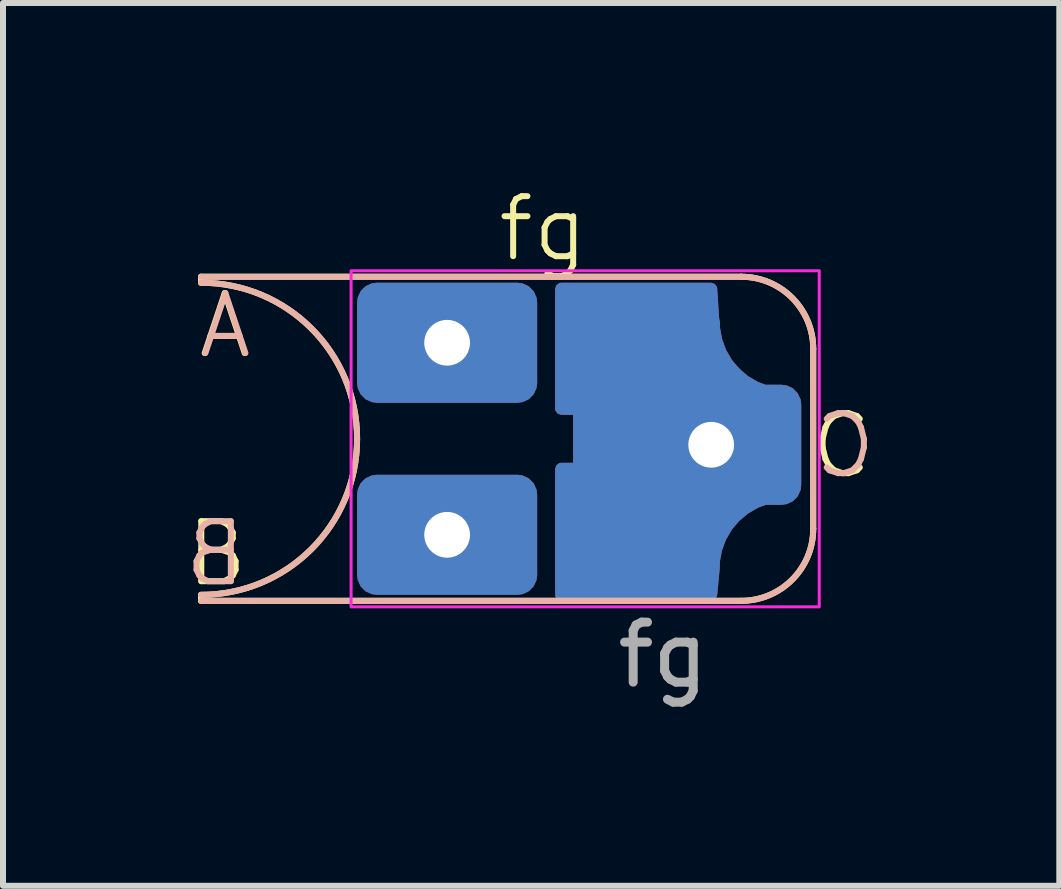
<source format=kicad_pcb>
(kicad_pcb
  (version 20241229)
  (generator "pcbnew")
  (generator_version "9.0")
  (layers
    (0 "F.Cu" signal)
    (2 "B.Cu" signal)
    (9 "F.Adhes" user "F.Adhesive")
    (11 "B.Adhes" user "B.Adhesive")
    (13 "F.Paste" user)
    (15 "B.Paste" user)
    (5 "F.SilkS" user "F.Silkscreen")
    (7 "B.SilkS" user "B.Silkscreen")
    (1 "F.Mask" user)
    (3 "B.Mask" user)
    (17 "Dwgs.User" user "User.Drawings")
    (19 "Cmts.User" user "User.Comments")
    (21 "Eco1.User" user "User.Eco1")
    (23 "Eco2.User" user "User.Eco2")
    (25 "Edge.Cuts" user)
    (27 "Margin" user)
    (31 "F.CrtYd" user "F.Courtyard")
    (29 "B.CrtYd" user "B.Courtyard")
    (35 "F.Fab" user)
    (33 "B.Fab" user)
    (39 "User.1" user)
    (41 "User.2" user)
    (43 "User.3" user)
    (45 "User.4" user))
  (footprint "fg"
    (layer "F.Cu")
    (at 6 4.261)
    (property "Reference" "fg" (at 0 -3.5 0) (unlocked yes) (layer "F.SilkS") (effects (font (size 1 1) (thickness 0.1))))
    (attr through_hole)
    (fp_line (start -5.7 -2.6) (end -5.7 -2.7) (stroke (width 0.1) (type default)) (layer "F.SilkS"))
    (fp_line (start -5.7 2.6) (end -5.7 2.7) (stroke (width 0.1) (type default)) (layer "F.SilkS"))
    (fp_line (start 3.3 -2.7) (end -5.7 -2.7) (stroke (width 0.1) (type default)) (layer "F.SilkS"))
    (fp_line (start 3.3 2.7) (end -5.7 2.7) (stroke (width 0.1) (type default)) (layer "F.SilkS"))
    (fp_line (start 4.5 -1.5) (end 4.5 1.5) (stroke (width 0.1) (type default)) (layer "F.SilkS"))
    (fp_arc (start -5.7 -2.6) (mid -3.1 0) (end -5.7 2.6) (stroke (width 0.1) (type default)) (layer "F.SilkS"))
    (fp_arc (start 3.3 -2.7) (mid 4.148528 -2.348528) (end 4.5 -1.5) (stroke (width 0.1) (type default)) (layer "F.SilkS"))
    (fp_arc (start 4.5 1.5) (mid 4.148528 2.348528) (end 3.3 2.7) (stroke (width 0.1) (type default)) (layer "F.SilkS"))
    (fp_line (start 3.3 -2.7) (end -5.7 -2.7) (stroke (width 0.1) (type default)) (layer "B.SilkS"))
    (fp_line (start 3.3 2.7) (end -5.7 2.7) (stroke (width 0.1) (type default)) (layer "B.SilkS"))
    (fp_line (start 4.5 -1.5) (end 4.5 1.5) (stroke (width 0.1) (type default)) (layer "B.SilkS"))
    (fp_arc (start -5.7 -2.6) (mid -3.1 0) (end -5.7 2.6) (stroke (width 0.1) (type default)) (layer "B.SilkS"))
    (fp_arc (start 3.3 -2.7) (mid 4.148528 -2.348528) (end 4.5 -1.5) (stroke (width 0.1) (type default)) (layer "B.SilkS"))
    (fp_arc (start 4.5 1.5) (mid 4.148528 2.348528) (end 3.3 2.7) (stroke (width 0.1) (type default)) (layer "B.SilkS"))
    (fp_rect (start -3.2 -2.8) (end 4.6 2.8) (stroke (width 0.05) (type default)) (fill no) (layer "F.CrtYd"))
    (fp_text user "C" (at 4.4 0.7 0) (unlocked yes) (layer "F.SilkS") (effects (font (size 1 1) (thickness 0.1)) (justify left bottom)))
    (fp_text user "B" (at -6 2.5 0) (unlocked yes) (layer "F.SilkS") (effects (font (size 1 1) (thickness 0.1)) (justify left bottom)))
    (fp_text user "A" (at -5.8 -1.3 0) (unlocked yes) (layer "F.SilkS") (effects (font (size 1 1) (thickness 0.1)) (justify left bottom)))
    (fp_text user "B" (at -4.9 2.5 0) (unlocked yes) (layer "B.SilkS") (effects (font (size 1 1) (thickness 0.1)) (justify left bottom mirror)))
    (fp_text user "A" (at -4.8 -1.3 0) (unlocked yes) (layer "B.SilkS") (effects (font (size 1 1) (thickness 0.1)) (justify left bottom mirror)))
    (fp_text user "C" (at 5.6 0.7 0) (unlocked yes) (layer "B.SilkS") (effects (font (size 1 1) (thickness 0.1)) (justify left bottom mirror)))
    (fp_text user "${REFERENCE}" (at 2 3.6 0) (unlocked yes) (layer "F.Fab") (effects (font (size 1 1) (thickness 0.15))))
    (pad "1" thru_hole roundrect (at -1.6 -1.6) (size 3 2) (drill 0.762) (layers "*.Cu" "*.Mask") (roundrect_rratio 0.164))
    (pad "2" thru_hole roundrect (at -1.6 1.6) (size 3 2) (drill 0.762) (layers "*.Cu" "*.Mask") (roundrect_rratio 0.164))
    (pad "3" thru_hole custom (at 2.8 0.1) (size 2 2) (drill 0.762) (layers "*.Cu" "*.Mask") (options (anchor circle)) (primitives (gr_poly (pts (xy -1.5 -0.672) (xy -1.489 -0.757) (xy -1.441 -0.86) (xy -1.36 -0.941) (xy -1.257 -0.989) (xy -1.172 -1) (xy 1.172 -1) (xy 1.257 -0.989) (xy 1.36 -0.941) (xy 1.441 -0.86) (xy 1.489 -0.757) (xy 1.5 -0.672) (xy 1.5 0.672) (xy 1.489 0.757) (xy 1.441 0.86) (xy 1.36 0.941) (xy 1.257 0.989) (xy 1.172 1) (xy -1.172 1) (xy -1.257 0.989) (xy -1.36 0.941) (xy -1.441 0.86) (xy -1.489 0.757) (xy -1.5 0.672)) (width 0) (fill yes)) (gr_poly (pts (xy -0.8 0.9) (xy 0 1.9) (xy 0.2 1.4) (xy 0.7 0.8)) (width 0.2) (fill yes)) (gr_poly (pts (xy 0.1 -1.5) (xy 0.7 -0.9) (xy -0.2 -0.8)) (width 0.2) (fill yes)) (gr_poly (pts (xy -2.5 -2.6) (xy 0 -2.6) (xy 0.046 -1.9) (xy 0.1 -0.8) (xy -1 0.4) (xy 0.043 2.046) (xy 0 2.5) (xy -2.5 2.5) (xy -2.5 0.4) (xy -2.2 0.4) (xy -2.2 -0.6) (xy -2.5 -0.6)) (width 0.2) (fill yes)) (gr_arc (start 1.245888 -0.842957) (mid 0.4 -1.2) (end 0.045847 -2.047102) (width 0.2)) (gr_arc (start 0.042957 2.045888) (mid 0.4 1.2) (end 1.247102 0.845847) (width 0.2)))))
  (gr_rect
    (start -3 -3)
    (end 14.6 11.709)
    (stroke (width 0.1) (type default))
    (fill no)
    (layer "Edge.Cuts")))
</source>
